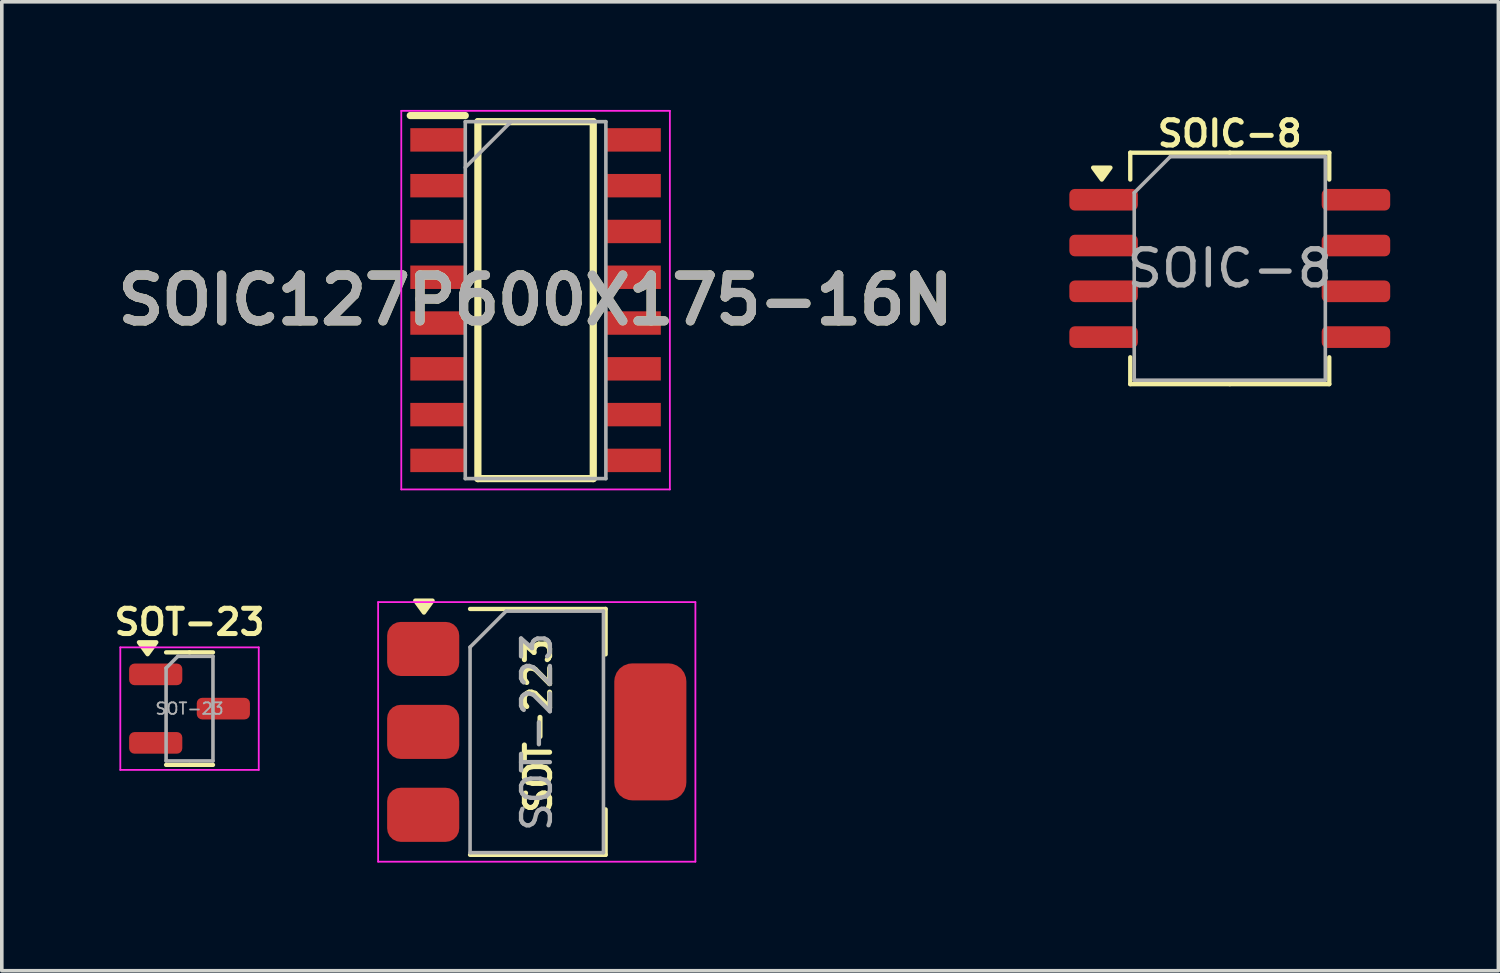
<source format=kicad_pcb>
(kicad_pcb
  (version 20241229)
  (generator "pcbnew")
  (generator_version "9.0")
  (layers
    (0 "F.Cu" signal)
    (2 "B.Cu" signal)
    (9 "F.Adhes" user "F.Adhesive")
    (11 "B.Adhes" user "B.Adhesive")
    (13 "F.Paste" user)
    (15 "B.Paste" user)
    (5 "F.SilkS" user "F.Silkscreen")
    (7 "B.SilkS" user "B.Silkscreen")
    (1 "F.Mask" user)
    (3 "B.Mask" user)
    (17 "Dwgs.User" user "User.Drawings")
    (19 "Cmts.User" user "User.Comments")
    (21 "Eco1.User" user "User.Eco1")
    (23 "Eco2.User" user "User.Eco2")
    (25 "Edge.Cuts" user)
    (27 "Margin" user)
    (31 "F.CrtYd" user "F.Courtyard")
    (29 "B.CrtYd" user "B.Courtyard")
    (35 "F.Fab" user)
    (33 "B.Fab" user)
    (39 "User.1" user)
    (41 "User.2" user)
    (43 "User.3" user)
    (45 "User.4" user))
  (footprint "SOT-223"
    (layer "F.Cu")
    (at 11.838 17.25)
    (property "Reference" "SOT-223" (at 0.04 -0.17 90) (layer "F.SilkS") (effects (font (size 0.7 0.7) (thickness 0.14) (bold yes))))
    (attr smd)
    (fp_line (start -1.85 -3.41) (end 1.91 -3.41) (stroke (width 0.12) (type solid)) (layer "F.SilkS"))
    (fp_line (start -1.85 3.41) (end 1.91 3.41) (stroke (width 0.12) (type solid)) (layer "F.SilkS"))
    (fp_line (start 1.91 -3.41) (end 1.91 -2.15) (stroke (width 0.12) (type solid)) (layer "F.SilkS"))
    (fp_line (start 1.91 3.41) (end 1.91 2.15) (stroke (width 0.12) (type solid)) (layer "F.SilkS"))
    (fp_poly (pts (xy -3.13 -3.31) (xy -3.37 -3.64) (xy -2.89 -3.64) (xy -3.13 -3.31)) (stroke (width 0.12) (type solid)) (fill yes) (layer "F.SilkS"))
    (fp_line (start -4.4 -3.6) (end -4.4 3.6) (stroke (width 0.05) (type solid)) (layer "F.CrtYd"))
    (fp_line (start -4.4 3.6) (end 4.4 3.6) (stroke (width 0.05) (type solid)) (layer "F.CrtYd"))
    (fp_line (start 4.4 -3.6) (end -4.4 -3.6) (stroke (width 0.05) (type solid)) (layer "F.CrtYd"))
    (fp_line (start 4.4 3.6) (end 4.4 -3.6) (stroke (width 0.05) (type solid)) (layer "F.CrtYd"))
    (fp_line (start -1.85 -2.35) (end -1.85 3.35) (stroke (width 0.1) (type solid)) (layer "F.Fab"))
    (fp_line (start -1.85 -2.35) (end -0.85 -3.35) (stroke (width 0.1) (type solid)) (layer "F.Fab"))
    (fp_line (start -1.85 3.35) (end 1.85 3.35) (stroke (width 0.1) (type solid)) (layer "F.Fab"))
    (fp_line (start -0.85 -3.35) (end 1.85 -3.35) (stroke (width 0.1) (type solid)) (layer "F.Fab"))
    (fp_line (start 1.85 -3.35) (end 1.85 3.35) (stroke (width 0.1) (type solid)) (layer "F.Fab"))
    (fp_text user "${REFERENCE}" (at 0 0 90) (layer "F.Fab") (effects (font (size 0.8 0.8) (thickness 0.12))))
    (pad "1" smd roundrect (at -3.15 -2.3) (size 2 1.5) (layers "F.Cu" "F.Mask" "F.Paste") (roundrect_rratio 0.25))
    (pad "2" smd roundrect (at -3.15 0) (size 2 1.5) (layers "F.Cu" "F.Mask" "F.Paste") (roundrect_rratio 0.25))
    (pad "2" smd roundrect (at 3.15 0) (size 2 3.8) (layers "F.Cu" "F.Mask" "F.Paste") (roundrect_rratio 0.25))
    (pad "3" smd roundrect (at -3.15 2.3) (size 2 1.5) (layers "F.Cu" "F.Mask" "F.Paste") (roundrect_rratio 0.25)))
  (footprint "SOT-23"
    (layer "F.Cu")
    (at 2.207 16.605)
    (property "Reference" "SOT-23" (at 0 -2.4 0) (layer "F.SilkS") (effects (font (size 0.7 0.7) (thickness 0.14) (bold yes))))
    (attr smd)
    (fp_line (start 0 -1.56) (end -0.65 -1.56) (stroke (width 0.12) (type solid)) (layer "F.SilkS"))
    (fp_line (start 0 -1.56) (end 0.65 -1.56) (stroke (width 0.12) (type solid)) (layer "F.SilkS"))
    (fp_line (start 0 1.56) (end -0.65 1.56) (stroke (width 0.12) (type solid)) (layer "F.SilkS"))
    (fp_line (start 0 1.56) (end 0.65 1.56) (stroke (width 0.12) (type solid)) (layer "F.SilkS"))
    (fp_poly (pts (xy -1.163 -1.51) (xy -1.403 -1.84) (xy -0.922 -1.84) (xy -1.163 -1.51)) (stroke (width 0.12) (type solid)) (fill yes) (layer "F.SilkS"))
    (fp_line (start -1.92 -1.7) (end -1.92 1.7) (stroke (width 0.05) (type solid)) (layer "F.CrtYd"))
    (fp_line (start -1.92 1.7) (end 1.92 1.7) (stroke (width 0.05) (type solid)) (layer "F.CrtYd"))
    (fp_line (start 1.92 -1.7) (end -1.92 -1.7) (stroke (width 0.05) (type solid)) (layer "F.CrtYd"))
    (fp_line (start 1.92 1.7) (end 1.92 -1.7) (stroke (width 0.05) (type solid)) (layer "F.CrtYd"))
    (fp_line (start -0.65 -1.125) (end -0.325 -1.45) (stroke (width 0.1) (type solid)) (layer "F.Fab"))
    (fp_line (start -0.65 1.45) (end -0.65 -1.125) (stroke (width 0.1) (type solid)) (layer "F.Fab"))
    (fp_line (start -0.325 -1.45) (end 0.65 -1.45) (stroke (width 0.1) (type solid)) (layer "F.Fab"))
    (fp_line (start 0.65 -1.45) (end 0.65 1.45) (stroke (width 0.1) (type solid)) (layer "F.Fab"))
    (fp_line (start 0.65 1.45) (end -0.65 1.45) (stroke (width 0.1) (type solid)) (layer "F.Fab"))
    (fp_text user "${REFERENCE}" (at 0 0 0) (layer "F.Fab") (effects (font (size 0.32 0.32) (thickness 0.05))))
    (pad "1" smd roundrect (at -0.938 -0.95) (size 1.475 0.6) (layers "F.Cu" "F.Mask" "F.Paste") (roundrect_rratio 0.25))
    (pad "2" smd roundrect (at -0.938 0.95) (size 1.475 0.6) (layers "F.Cu" "F.Mask" "F.Paste") (roundrect_rratio 0.25))
    (pad "3" smd roundrect (at 0.938 0) (size 1.475 0.6) (layers "F.Cu" "F.Mask" "F.Paste") (roundrect_rratio 0.25)))
  (footprint "SOIC-8"
    (layer "F.Cu")
    (at 31.06 4.395)
    (property "Reference" "SOIC-8" (at 0 -3.74 0) (layer "F.SilkS") (effects (font (size 0.7 0.7) (thickness 0.14) (bold yes))))
    (attr smd)
    (fp_line (start -2.76 -3.21) (end -2.76 -2.465) (stroke (width 0.12) (type solid)) (layer "F.SilkS"))
    (fp_line (start -2.76 3.21) (end -2.76 2.465) (stroke (width 0.12) (type solid)) (layer "F.SilkS"))
    (fp_line (start 0 -3.21) (end -2.76 -3.21) (stroke (width 0.12) (type solid)) (layer "F.SilkS"))
    (fp_line (start 0 -3.21) (end 2.76 -3.21) (stroke (width 0.12) (type solid)) (layer "F.SilkS"))
    (fp_line (start 0 3.21) (end -2.76 3.21) (stroke (width 0.12) (type solid)) (layer "F.SilkS"))
    (fp_line (start 0 3.21) (end 2.76 3.21) (stroke (width 0.12) (type solid)) (layer "F.SilkS"))
    (fp_line (start 2.76 -3.21) (end 2.76 -2.465) (stroke (width 0.12) (type solid)) (layer "F.SilkS"))
    (fp_line (start 2.76 3.21) (end 2.76 2.465) (stroke (width 0.12) (type solid)) (layer "F.SilkS"))
    (fp_poly (pts (xy -3.55 -2.465) (xy -3.79 -2.795) (xy -3.31 -2.795) (xy -3.55 -2.465)) (stroke (width 0.12) (type solid)) (fill yes) (layer "F.SilkS"))
    (fp_line (start -2.65 -2.1) (end -1.65 -3.1) (stroke (width 0.1) (type solid)) (layer "F.Fab"))
    (fp_line (start -2.65 3.1) (end -2.65 -2.1) (stroke (width 0.1) (type solid)) (layer "F.Fab"))
    (fp_line (start -1.65 -3.1) (end 2.65 -3.1) (stroke (width 0.1) (type solid)) (layer "F.Fab"))
    (fp_line (start 2.65 -3.1) (end 2.65 3.1) (stroke (width 0.1) (type solid)) (layer "F.Fab"))
    (fp_line (start 2.65 3.1) (end -2.65 3.1) (stroke (width 0.1) (type solid)) (layer "F.Fab"))
    (fp_text user "${REFERENCE}" (at 0 0 0) (layer "F.Fab") (effects (font (size 1 1) (thickness 0.15))))
    (pad "1" smd roundrect (at -3.5 -1.905) (size 1.9 0.6) (layers "F.Cu" "F.Mask" "F.Paste") (roundrect_rratio 0.25))
    (pad "2" smd roundrect (at -3.5 -0.635) (size 1.9 0.6) (layers "F.Cu" "F.Mask" "F.Paste") (roundrect_rratio 0.25))
    (pad "3" smd roundrect (at -3.5 0.635) (size 1.9 0.6) (layers "F.Cu" "F.Mask" "F.Paste") (roundrect_rratio 0.25))
    (pad "4" smd roundrect (at -3.5 1.905) (size 1.9 0.6) (layers "F.Cu" "F.Mask" "F.Paste") (roundrect_rratio 0.25))
    (pad "5" smd roundrect (at 3.5 1.905) (size 1.9 0.6) (layers "F.Cu" "F.Mask" "F.Paste") (roundrect_rratio 0.25))
    (pad "6" smd roundrect (at 3.5 0.635) (size 1.9 0.6) (layers "F.Cu" "F.Mask" "F.Paste") (roundrect_rratio 0.25))
    (pad "7" smd roundrect (at 3.5 -0.635) (size 1.9 0.6) (layers "F.Cu" "F.Mask" "F.Paste") (roundrect_rratio 0.25))
    (pad "8" smd roundrect (at 3.5 -1.905) (size 1.9 0.6) (layers "F.Cu" "F.Mask" "F.Paste") (roundrect_rratio 0.25)))
  (footprint "SOIC127P600X175-16N"
    (layer "F.Cu")
    (at 11.805 5.275)
    (property "Reference" "SOIC127P600X175-16N" (at 0 0 0) (layer "F.SilkS") (effects (font (size 1.27 1.27) (thickness 0.254))))
    (attr smd)
    (fp_line (start -3.475 -5.12) (end -1.95 -5.12) (stroke (width 0.2) (type solid)) (layer "F.SilkS"))
    (fp_line (start -1.6 -4.95) (end 1.6 -4.95) (stroke (width 0.2) (type solid)) (layer "F.SilkS"))
    (fp_line (start -1.6 4.95) (end -1.6 -4.95) (stroke (width 0.2) (type solid)) (layer "F.SilkS"))
    (fp_line (start 1.6 -4.95) (end 1.6 4.95) (stroke (width 0.2) (type solid)) (layer "F.SilkS"))
    (fp_line (start 1.6 4.95) (end -1.6 4.95) (stroke (width 0.2) (type solid)) (layer "F.SilkS"))
    (fp_line (start -3.725 -5.25) (end 3.725 -5.25) (stroke (width 0.05) (type solid)) (layer "F.CrtYd"))
    (fp_line (start -3.725 5.25) (end -3.725 -5.25) (stroke (width 0.05) (type solid)) (layer "F.CrtYd"))
    (fp_line (start 3.725 -5.25) (end 3.725 5.25) (stroke (width 0.05) (type solid)) (layer "F.CrtYd"))
    (fp_line (start 3.725 5.25) (end -3.725 5.25) (stroke (width 0.05) (type solid)) (layer "F.CrtYd"))
    (fp_line (start -1.95 -4.95) (end 1.95 -4.95) (stroke (width 0.1) (type solid)) (layer "F.Fab"))
    (fp_line (start -1.95 -3.68) (end -0.68 -4.95) (stroke (width 0.1) (type solid)) (layer "F.Fab"))
    (fp_line (start -1.95 4.95) (end -1.95 -4.95) (stroke (width 0.1) (type solid)) (layer "F.Fab"))
    (fp_line (start 1.95 -4.95) (end 1.95 4.95) (stroke (width 0.1) (type solid)) (layer "F.Fab"))
    (fp_line (start 1.95 4.95) (end -1.95 4.95) (stroke (width 0.1) (type solid)) (layer "F.Fab"))
    (fp_text user "${REFERENCE}" (at 0 0 0) (layer "F.Fab") (effects (font (size 1.27 1.27) (thickness 0.254))))
    (pad "1" smd rect (at -2.712 -4.445 90) (size 0.65 1.525) (layers "F.Cu" "F.Mask" "F.Paste"))
    (pad "2" smd rect (at -2.712 -3.175 90) (size 0.65 1.525) (layers "F.Cu" "F.Mask" "F.Paste"))
    (pad "3" smd rect (at -2.712 -1.905 90) (size 0.65 1.525) (layers "F.Cu" "F.Mask" "F.Paste"))
    (pad "4" smd rect (at -2.712 -0.635 90) (size 0.65 1.525) (layers "F.Cu" "F.Mask" "F.Paste"))
    (pad "5" smd rect (at -2.712 0.635 90) (size 0.65 1.525) (layers "F.Cu" "F.Mask" "F.Paste"))
    (pad "6" smd rect (at -2.712 1.905 90) (size 0.65 1.525) (layers "F.Cu" "F.Mask" "F.Paste"))
    (pad "7" smd rect (at -2.712 3.175 90) (size 0.65 1.525) (layers "F.Cu" "F.Mask" "F.Paste"))
    (pad "8" smd rect (at -2.712 4.445 90) (size 0.65 1.525) (layers "F.Cu" "F.Mask" "F.Paste"))
    (pad "9" smd rect (at 2.712 4.445 90) (size 0.65 1.525) (layers "F.Cu" "F.Mask" "F.Paste"))
    (pad "10" smd rect (at 2.712 3.175 90) (size 0.65 1.525) (layers "F.Cu" "F.Mask" "F.Paste"))
    (pad "11" smd rect (at 2.712 1.905 90) (size 0.65 1.525) (layers "F.Cu" "F.Mask" "F.Paste"))
    (pad "12" smd rect (at 2.712 0.635 90) (size 0.65 1.525) (layers "F.Cu" "F.Mask" "F.Paste"))
    (pad "13" smd rect (at 2.712 -0.635 90) (size 0.65 1.525) (layers "F.Cu" "F.Mask" "F.Paste"))
    (pad "14" smd rect (at 2.712 -1.905 90) (size 0.65 1.525) (layers "F.Cu" "F.Mask" "F.Paste"))
    (pad "15" smd rect (at 2.712 -3.175 90) (size 0.65 1.525) (layers "F.Cu" "F.Mask" "F.Paste"))
    (pad "16" smd rect (at 2.712 -4.445 90) (size 0.65 1.525) (layers "F.Cu" "F.Mask" "F.Paste")))
  (gr_rect
    (start -3 -3)
    (end 38.51 23.875)
    (stroke (width 0.1) (type default))
    (fill no)
    (layer "Edge.Cuts")))
</source>
